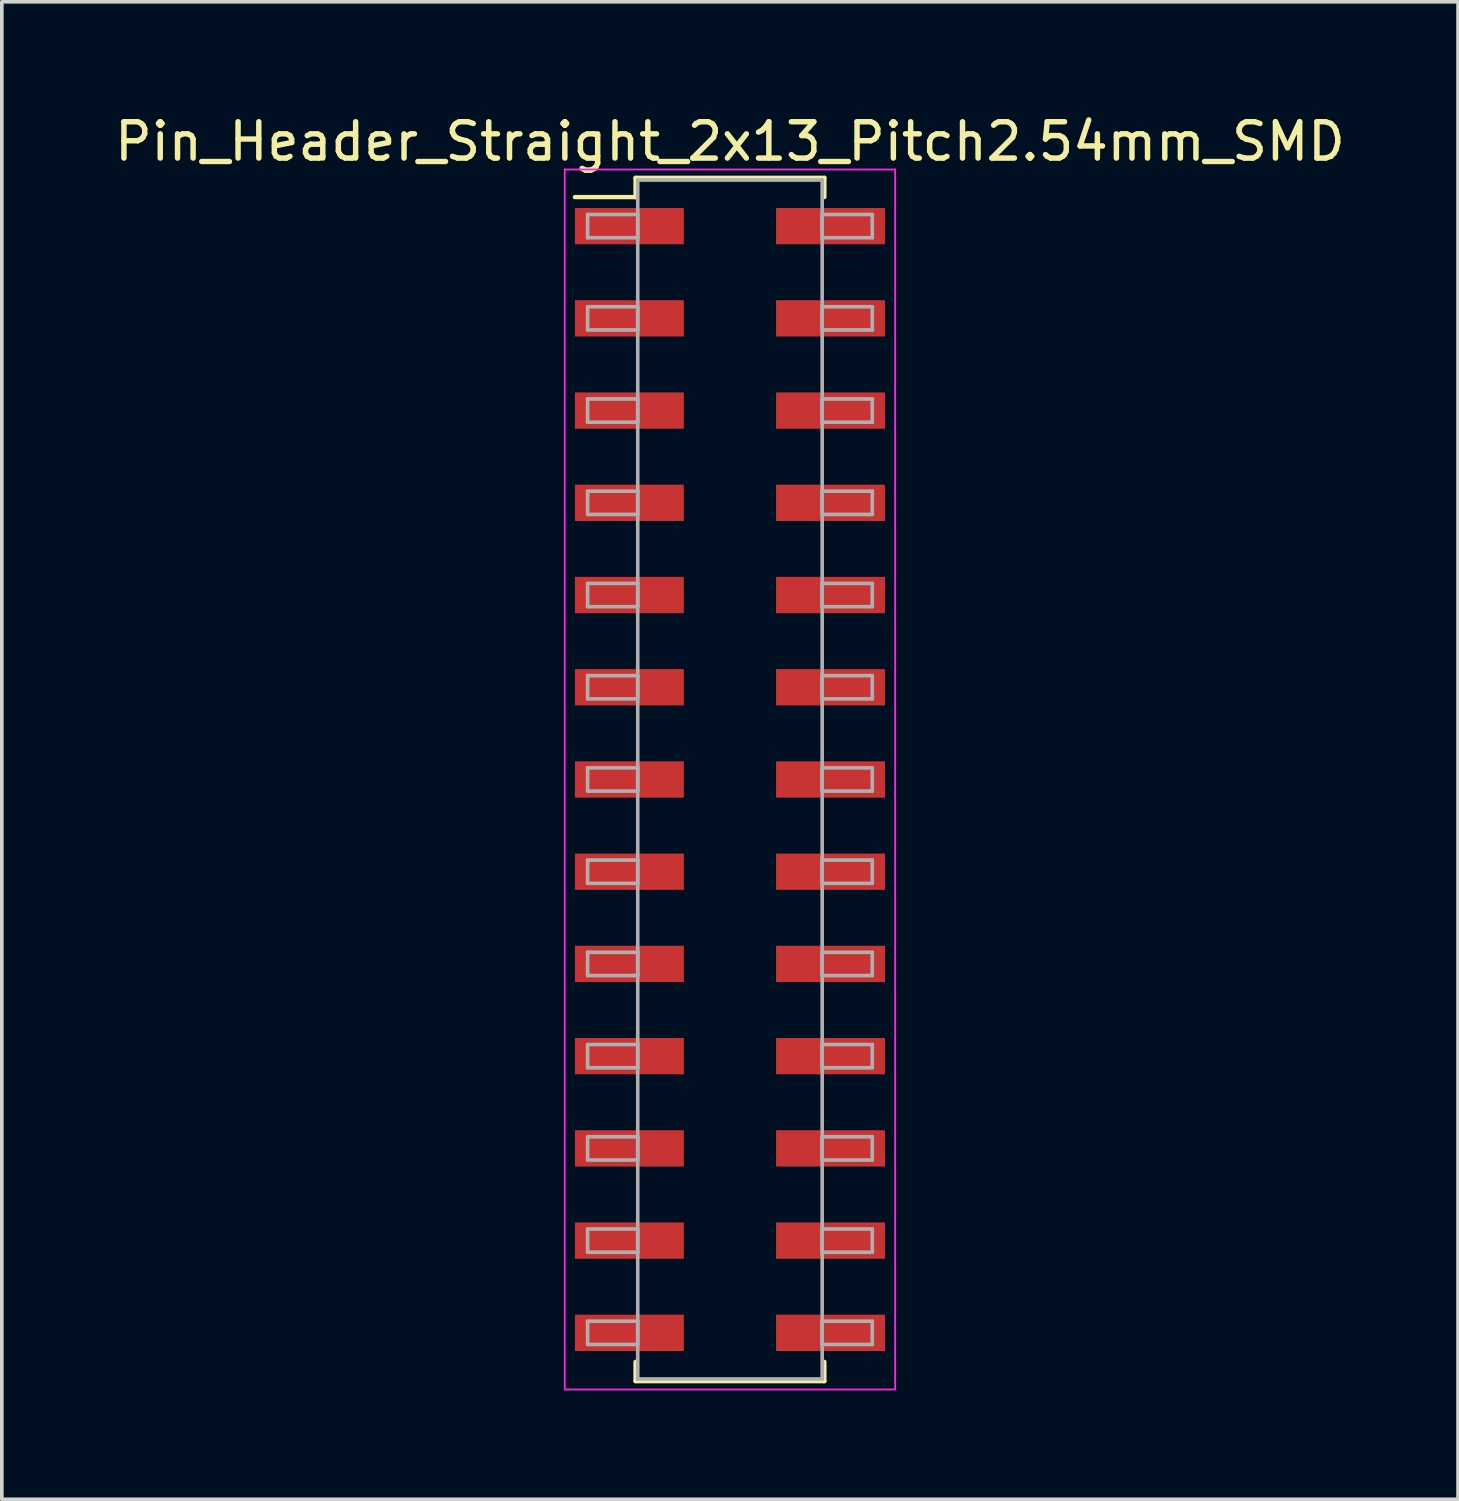
<source format=kicad_pcb>
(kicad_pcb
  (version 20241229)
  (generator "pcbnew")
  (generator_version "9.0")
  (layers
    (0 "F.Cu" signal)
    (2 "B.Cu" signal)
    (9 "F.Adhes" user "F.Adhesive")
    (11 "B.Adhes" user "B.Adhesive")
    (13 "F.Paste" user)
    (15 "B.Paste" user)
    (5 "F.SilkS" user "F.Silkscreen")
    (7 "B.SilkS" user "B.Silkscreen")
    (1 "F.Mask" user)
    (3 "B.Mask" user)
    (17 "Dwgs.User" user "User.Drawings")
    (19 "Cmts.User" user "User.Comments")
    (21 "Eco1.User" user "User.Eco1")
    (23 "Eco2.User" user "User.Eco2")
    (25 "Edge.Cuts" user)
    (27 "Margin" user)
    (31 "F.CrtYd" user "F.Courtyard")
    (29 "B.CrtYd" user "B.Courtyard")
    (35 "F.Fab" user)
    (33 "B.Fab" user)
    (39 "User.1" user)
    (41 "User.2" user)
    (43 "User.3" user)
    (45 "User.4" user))
  (footprint "Pin_Header_Straight_2x13_Pitch2.54mm_SMD"
    (layer "F.Cu")
    (at 17.054 18.418)
    (property "Reference" "Pin_Header_Straight_2x13_Pitch2.54mm_SMD" (at 0 -17.57 0) (layer "F.SilkS") (effects (font (size 1 1) (thickness 0.15))))
    (attr smd)
    (fp_line (start -4.27 -16.04) (end -2.6 -16.04) (stroke (width 0.12) (type solid)) (layer "F.SilkS"))
    (fp_line (start -2.6 -16.57) (end 2.6 -16.57) (stroke (width 0.12) (type solid)) (layer "F.SilkS"))
    (fp_line (start -2.6 -16.04) (end -2.6 -16.57) (stroke (width 0.12) (type solid)) (layer "F.SilkS"))
    (fp_line (start -2.6 16.04) (end -2.6 16.57) (stroke (width 0.12) (type solid)) (layer "F.SilkS"))
    (fp_line (start -2.6 16.57) (end 2.6 16.57) (stroke (width 0.12) (type solid)) (layer "F.SilkS"))
    (fp_line (start 2.6 -16.57) (end 2.6 -16.04) (stroke (width 0.12) (type solid)) (layer "F.SilkS"))
    (fp_line (start 2.6 16.57) (end 2.6 16.04) (stroke (width 0.12) (type solid)) (layer "F.SilkS"))
    (fp_line (start -4.55 -16.8) (end -4.55 16.8) (stroke (width 0.05) (type solid)) (layer "F.CrtYd"))
    (fp_line (start -4.55 16.8) (end 4.55 16.8) (stroke (width 0.05) (type solid)) (layer "F.CrtYd"))
    (fp_line (start 4.55 -16.8) (end -4.55 -16.8) (stroke (width 0.05) (type solid)) (layer "F.CrtYd"))
    (fp_line (start 4.55 16.8) (end 4.55 -16.8) (stroke (width 0.05) (type solid)) (layer "F.CrtYd"))
    (fp_line (start -3.92 -15.56) (end -2.54 -15.56) (stroke (width 0.1) (type solid)) (layer "F.Fab"))
    (fp_line (start -3.92 -14.92) (end -3.92 -15.56) (stroke (width 0.1) (type solid)) (layer "F.Fab"))
    (fp_line (start -3.92 -13.02) (end -2.54 -13.02) (stroke (width 0.1) (type solid)) (layer "F.Fab"))
    (fp_line (start -3.92 -12.38) (end -3.92 -13.02) (stroke (width 0.1) (type solid)) (layer "F.Fab"))
    (fp_line (start -3.92 -10.48) (end -2.54 -10.48) (stroke (width 0.1) (type solid)) (layer "F.Fab"))
    (fp_line (start -3.92 -9.84) (end -3.92 -10.48) (stroke (width 0.1) (type solid)) (layer "F.Fab"))
    (fp_line (start -3.92 -7.94) (end -2.54 -7.94) (stroke (width 0.1) (type solid)) (layer "F.Fab"))
    (fp_line (start -3.92 -7.3) (end -3.92 -7.94) (stroke (width 0.1) (type solid)) (layer "F.Fab"))
    (fp_line (start -3.92 -5.4) (end -2.54 -5.4) (stroke (width 0.1) (type solid)) (layer "F.Fab"))
    (fp_line (start -3.92 -4.76) (end -3.92 -5.4) (stroke (width 0.1) (type solid)) (layer "F.Fab"))
    (fp_line (start -3.92 -2.86) (end -2.54 -2.86) (stroke (width 0.1) (type solid)) (layer "F.Fab"))
    (fp_line (start -3.92 -2.22) (end -3.92 -2.86) (stroke (width 0.1) (type solid)) (layer "F.Fab"))
    (fp_line (start -3.92 -0.32) (end -2.54 -0.32) (stroke (width 0.1) (type solid)) (layer "F.Fab"))
    (fp_line (start -3.92 0.32) (end -3.92 -0.32) (stroke (width 0.1) (type solid)) (layer "F.Fab"))
    (fp_line (start -3.92 2.22) (end -2.54 2.22) (stroke (width 0.1) (type solid)) (layer "F.Fab"))
    (fp_line (start -3.92 2.86) (end -3.92 2.22) (stroke (width 0.1) (type solid)) (layer "F.Fab"))
    (fp_line (start -3.92 4.76) (end -2.54 4.76) (stroke (width 0.1) (type solid)) (layer "F.Fab"))
    (fp_line (start -3.92 5.4) (end -3.92 4.76) (stroke (width 0.1) (type solid)) (layer "F.Fab"))
    (fp_line (start -3.92 7.3) (end -2.54 7.3) (stroke (width 0.1) (type solid)) (layer "F.Fab"))
    (fp_line (start -3.92 7.94) (end -3.92 7.3) (stroke (width 0.1) (type solid)) (layer "F.Fab"))
    (fp_line (start -3.92 9.84) (end -2.54 9.84) (stroke (width 0.1) (type solid)) (layer "F.Fab"))
    (fp_line (start -3.92 10.48) (end -3.92 9.84) (stroke (width 0.1) (type solid)) (layer "F.Fab"))
    (fp_line (start -3.92 12.38) (end -2.54 12.38) (stroke (width 0.1) (type solid)) (layer "F.Fab"))
    (fp_line (start -3.92 13.02) (end -3.92 12.38) (stroke (width 0.1) (type solid)) (layer "F.Fab"))
    (fp_line (start -3.92 14.92) (end -2.54 14.92) (stroke (width 0.1) (type solid)) (layer "F.Fab"))
    (fp_line (start -3.92 15.56) (end -3.92 14.92) (stroke (width 0.1) (type solid)) (layer "F.Fab"))
    (fp_line (start -2.54 -16.51) (end -2.54 16.51) (stroke (width 0.1) (type solid)) (layer "F.Fab"))
    (fp_line (start -2.54 -15.56) (end -2.54 -14.92) (stroke (width 0.1) (type solid)) (layer "F.Fab"))
    (fp_line (start -2.54 -14.92) (end -3.92 -14.92) (stroke (width 0.1) (type solid)) (layer "F.Fab"))
    (fp_line (start -2.54 -13.02) (end -2.54 -12.38) (stroke (width 0.1) (type solid)) (layer "F.Fab"))
    (fp_line (start -2.54 -12.38) (end -3.92 -12.38) (stroke (width 0.1) (type solid)) (layer "F.Fab"))
    (fp_line (start -2.54 -10.48) (end -2.54 -9.84) (stroke (width 0.1) (type solid)) (layer "F.Fab"))
    (fp_line (start -2.54 -9.84) (end -3.92 -9.84) (stroke (width 0.1) (type solid)) (layer "F.Fab"))
    (fp_line (start -2.54 -7.94) (end -2.54 -7.3) (stroke (width 0.1) (type solid)) (layer "F.Fab"))
    (fp_line (start -2.54 -7.3) (end -3.92 -7.3) (stroke (width 0.1) (type solid)) (layer "F.Fab"))
    (fp_line (start -2.54 -5.4) (end -2.54 -4.76) (stroke (width 0.1) (type solid)) (layer "F.Fab"))
    (fp_line (start -2.54 -4.76) (end -3.92 -4.76) (stroke (width 0.1) (type solid)) (layer "F.Fab"))
    (fp_line (start -2.54 -2.86) (end -2.54 -2.22) (stroke (width 0.1) (type solid)) (layer "F.Fab"))
    (fp_line (start -2.54 -2.22) (end -3.92 -2.22) (stroke (width 0.1) (type solid)) (layer "F.Fab"))
    (fp_line (start -2.54 -0.32) (end -2.54 0.32) (stroke (width 0.1) (type solid)) (layer "F.Fab"))
    (fp_line (start -2.54 0.32) (end -3.92 0.32) (stroke (width 0.1) (type solid)) (layer "F.Fab"))
    (fp_line (start -2.54 2.22) (end -2.54 2.86) (stroke (width 0.1) (type solid)) (layer "F.Fab"))
    (fp_line (start -2.54 2.86) (end -3.92 2.86) (stroke (width 0.1) (type solid)) (layer "F.Fab"))
    (fp_line (start -2.54 4.76) (end -2.54 5.4) (stroke (width 0.1) (type solid)) (layer "F.Fab"))
    (fp_line (start -2.54 5.4) (end -3.92 5.4) (stroke (width 0.1) (type solid)) (layer "F.Fab"))
    (fp_line (start -2.54 7.3) (end -2.54 7.94) (stroke (width 0.1) (type solid)) (layer "F.Fab"))
    (fp_line (start -2.54 7.94) (end -3.92 7.94) (stroke (width 0.1) (type solid)) (layer "F.Fab"))
    (fp_line (start -2.54 9.84) (end -2.54 10.48) (stroke (width 0.1) (type solid)) (layer "F.Fab"))
    (fp_line (start -2.54 10.48) (end -3.92 10.48) (stroke (width 0.1) (type solid)) (layer "F.Fab"))
    (fp_line (start -2.54 12.38) (end -2.54 13.02) (stroke (width 0.1) (type solid)) (layer "F.Fab"))
    (fp_line (start -2.54 13.02) (end -3.92 13.02) (stroke (width 0.1) (type solid)) (layer "F.Fab"))
    (fp_line (start -2.54 14.92) (end -2.54 15.56) (stroke (width 0.1) (type solid)) (layer "F.Fab"))
    (fp_line (start -2.54 15.56) (end -3.92 15.56) (stroke (width 0.1) (type solid)) (layer "F.Fab"))
    (fp_line (start -2.54 16.51) (end 2.54 16.51) (stroke (width 0.1) (type solid)) (layer "F.Fab"))
    (fp_line (start 2.54 -16.51) (end -2.54 -16.51) (stroke (width 0.1) (type solid)) (layer "F.Fab"))
    (fp_line (start 2.54 -15.56) (end 2.54 -14.92) (stroke (width 0.1) (type solid)) (layer "F.Fab"))
    (fp_line (start 2.54 -14.92) (end 3.92 -14.92) (stroke (width 0.1) (type solid)) (layer "F.Fab"))
    (fp_line (start 2.54 -13.02) (end 2.54 -12.38) (stroke (width 0.1) (type solid)) (layer "F.Fab"))
    (fp_line (start 2.54 -12.38) (end 3.92 -12.38) (stroke (width 0.1) (type solid)) (layer "F.Fab"))
    (fp_line (start 2.54 -10.48) (end 2.54 -9.84) (stroke (width 0.1) (type solid)) (layer "F.Fab"))
    (fp_line (start 2.54 -9.84) (end 3.92 -9.84) (stroke (width 0.1) (type solid)) (layer "F.Fab"))
    (fp_line (start 2.54 -7.94) (end 2.54 -7.3) (stroke (width 0.1) (type solid)) (layer "F.Fab"))
    (fp_line (start 2.54 -7.3) (end 3.92 -7.3) (stroke (width 0.1) (type solid)) (layer "F.Fab"))
    (fp_line (start 2.54 -5.4) (end 2.54 -4.76) (stroke (width 0.1) (type solid)) (layer "F.Fab"))
    (fp_line (start 2.54 -4.76) (end 3.92 -4.76) (stroke (width 0.1) (type solid)) (layer "F.Fab"))
    (fp_line (start 2.54 -2.86) (end 2.54 -2.22) (stroke (width 0.1) (type solid)) (layer "F.Fab"))
    (fp_line (start 2.54 -2.22) (end 3.92 -2.22) (stroke (width 0.1) (type solid)) (layer "F.Fab"))
    (fp_line (start 2.54 -0.32) (end 2.54 0.32) (stroke (width 0.1) (type solid)) (layer "F.Fab"))
    (fp_line (start 2.54 0.32) (end 3.92 0.32) (stroke (width 0.1) (type solid)) (layer "F.Fab"))
    (fp_line (start 2.54 2.22) (end 2.54 2.86) (stroke (width 0.1) (type solid)) (layer "F.Fab"))
    (fp_line (start 2.54 2.86) (end 3.92 2.86) (stroke (width 0.1) (type solid)) (layer "F.Fab"))
    (fp_line (start 2.54 4.76) (end 2.54 5.4) (stroke (width 0.1) (type solid)) (layer "F.Fab"))
    (fp_line (start 2.54 5.4) (end 3.92 5.4) (stroke (width 0.1) (type solid)) (layer "F.Fab"))
    (fp_line (start 2.54 7.3) (end 2.54 7.94) (stroke (width 0.1) (type solid)) (layer "F.Fab"))
    (fp_line (start 2.54 7.94) (end 3.92 7.94) (stroke (width 0.1) (type solid)) (layer "F.Fab"))
    (fp_line (start 2.54 9.84) (end 2.54 10.48) (stroke (width 0.1) (type solid)) (layer "F.Fab"))
    (fp_line (start 2.54 10.48) (end 3.92 10.48) (stroke (width 0.1) (type solid)) (layer "F.Fab"))
    (fp_line (start 2.54 12.38) (end 2.54 13.02) (stroke (width 0.1) (type solid)) (layer "F.Fab"))
    (fp_line (start 2.54 13.02) (end 3.92 13.02) (stroke (width 0.1) (type solid)) (layer "F.Fab"))
    (fp_line (start 2.54 14.92) (end 2.54 15.56) (stroke (width 0.1) (type solid)) (layer "F.Fab"))
    (fp_line (start 2.54 15.56) (end 3.92 15.56) (stroke (width 0.1) (type solid)) (layer "F.Fab"))
    (fp_line (start 2.54 16.51) (end 2.54 -16.51) (stroke (width 0.1) (type solid)) (layer "F.Fab"))
    (fp_line (start 3.92 -15.56) (end 2.54 -15.56) (stroke (width 0.1) (type solid)) (layer "F.Fab"))
    (fp_line (start 3.92 -14.92) (end 3.92 -15.56) (stroke (width 0.1) (type solid)) (layer "F.Fab"))
    (fp_line (start 3.92 -13.02) (end 2.54 -13.02) (stroke (width 0.1) (type solid)) (layer "F.Fab"))
    (fp_line (start 3.92 -12.38) (end 3.92 -13.02) (stroke (width 0.1) (type solid)) (layer "F.Fab"))
    (fp_line (start 3.92 -10.48) (end 2.54 -10.48) (stroke (width 0.1) (type solid)) (layer "F.Fab"))
    (fp_line (start 3.92 -9.84) (end 3.92 -10.48) (stroke (width 0.1) (type solid)) (layer "F.Fab"))
    (fp_line (start 3.92 -7.94) (end 2.54 -7.94) (stroke (width 0.1) (type solid)) (layer "F.Fab"))
    (fp_line (start 3.92 -7.3) (end 3.92 -7.94) (stroke (width 0.1) (type solid)) (layer "F.Fab"))
    (fp_line (start 3.92 -5.4) (end 2.54 -5.4) (stroke (width 0.1) (type solid)) (layer "F.Fab"))
    (fp_line (start 3.92 -4.76) (end 3.92 -5.4) (stroke (width 0.1) (type solid)) (layer "F.Fab"))
    (fp_line (start 3.92 -2.86) (end 2.54 -2.86) (stroke (width 0.1) (type solid)) (layer "F.Fab"))
    (fp_line (start 3.92 -2.22) (end 3.92 -2.86) (stroke (width 0.1) (type solid)) (layer "F.Fab"))
    (fp_line (start 3.92 -0.32) (end 2.54 -0.32) (stroke (width 0.1) (type solid)) (layer "F.Fab"))
    (fp_line (start 3.92 0.32) (end 3.92 -0.32) (stroke (width 0.1) (type solid)) (layer "F.Fab"))
    (fp_line (start 3.92 2.22) (end 2.54 2.22) (stroke (width 0.1) (type solid)) (layer "F.Fab"))
    (fp_line (start 3.92 2.86) (end 3.92 2.22) (stroke (width 0.1) (type solid)) (layer "F.Fab"))
    (fp_line (start 3.92 4.76) (end 2.54 4.76) (stroke (width 0.1) (type solid)) (layer "F.Fab"))
    (fp_line (start 3.92 5.4) (end 3.92 4.76) (stroke (width 0.1) (type solid)) (layer "F.Fab"))
    (fp_line (start 3.92 7.3) (end 2.54 7.3) (stroke (width 0.1) (type solid)) (layer "F.Fab"))
    (fp_line (start 3.92 7.94) (end 3.92 7.3) (stroke (width 0.1) (type solid)) (layer "F.Fab"))
    (fp_line (start 3.92 9.84) (end 2.54 9.84) (stroke (width 0.1) (type solid)) (layer "F.Fab"))
    (fp_line (start 3.92 10.48) (end 3.92 9.84) (stroke (width 0.1) (type solid)) (layer "F.Fab"))
    (fp_line (start 3.92 12.38) (end 2.54 12.38) (stroke (width 0.1) (type solid)) (layer "F.Fab"))
    (fp_line (start 3.92 13.02) (end 3.92 12.38) (stroke (width 0.1) (type solid)) (layer "F.Fab"))
    (fp_line (start 3.92 14.92) (end 2.54 14.92) (stroke (width 0.1) (type solid)) (layer "F.Fab"))
    (fp_line (start 3.92 15.56) (end 3.92 14.92) (stroke (width 0.1) (type solid)) (layer "F.Fab"))
    (pad "1" smd rect (at -2.77 -15.24) (size 3 1) (layers "F.Cu" "F.Mask"))
    (pad "2" smd rect (at 2.77 -15.24) (size 3 1) (layers "F.Cu" "F.Mask"))
    (pad "3" smd rect (at -2.77 -12.7) (size 3 1) (layers "F.Cu" "F.Mask"))
    (pad "4" smd rect (at 2.77 -12.7) (size 3 1) (layers "F.Cu" "F.Mask"))
    (pad "5" smd rect (at -2.77 -10.16) (size 3 1) (layers "F.Cu" "F.Mask"))
    (pad "6" smd rect (at 2.77 -10.16) (size 3 1) (layers "F.Cu" "F.Mask"))
    (pad "7" smd rect (at -2.77 -7.62) (size 3 1) (layers "F.Cu" "F.Mask"))
    (pad "8" smd rect (at 2.77 -7.62) (size 3 1) (layers "F.Cu" "F.Mask"))
    (pad "9" smd rect (at -2.77 -5.08) (size 3 1) (layers "F.Cu" "F.Mask"))
    (pad "10" smd rect (at 2.77 -5.08) (size 3 1) (layers "F.Cu" "F.Mask"))
    (pad "11" smd rect (at -2.77 -2.54) (size 3 1) (layers "F.Cu" "F.Mask"))
    (pad "12" smd rect (at 2.77 -2.54) (size 3 1) (layers "F.Cu" "F.Mask"))
    (pad "13" smd rect (at -2.77 0) (size 3 1) (layers "F.Cu" "F.Mask"))
    (pad "14" smd rect (at 2.77 0) (size 3 1) (layers "F.Cu" "F.Mask"))
    (pad "15" smd rect (at -2.77 2.54) (size 3 1) (layers "F.Cu" "F.Mask"))
    (pad "16" smd rect (at 2.77 2.54) (size 3 1) (layers "F.Cu" "F.Mask"))
    (pad "17" smd rect (at -2.77 5.08) (size 3 1) (layers "F.Cu" "F.Mask"))
    (pad "18" smd rect (at 2.77 5.08) (size 3 1) (layers "F.Cu" "F.Mask"))
    (pad "19" smd rect (at -2.77 7.62) (size 3 1) (layers "F.Cu" "F.Mask"))
    (pad "20" smd rect (at 2.77 7.62) (size 3 1) (layers "F.Cu" "F.Mask"))
    (pad "21" smd rect (at -2.77 10.16) (size 3 1) (layers "F.Cu" "F.Mask"))
    (pad "22" smd rect (at 2.77 10.16) (size 3 1) (layers "F.Cu" "F.Mask"))
    (pad "23" smd rect (at -2.77 12.7) (size 3 1) (layers "F.Cu" "F.Mask"))
    (pad "24" smd rect (at 2.77 12.7) (size 3 1) (layers "F.Cu" "F.Mask"))
    (pad "25" smd rect (at -2.77 15.24) (size 3 1) (layers "F.Cu" "F.Mask"))
    (pad "26" smd rect (at 2.77 15.24) (size 3 1) (layers "F.Cu" "F.Mask")))
  (gr_rect
    (start -3 -3)
    (end 37.107 38.243)
    (stroke (width 0.1) (type default))
    (fill no)
    (layer "Edge.Cuts")))
</source>
